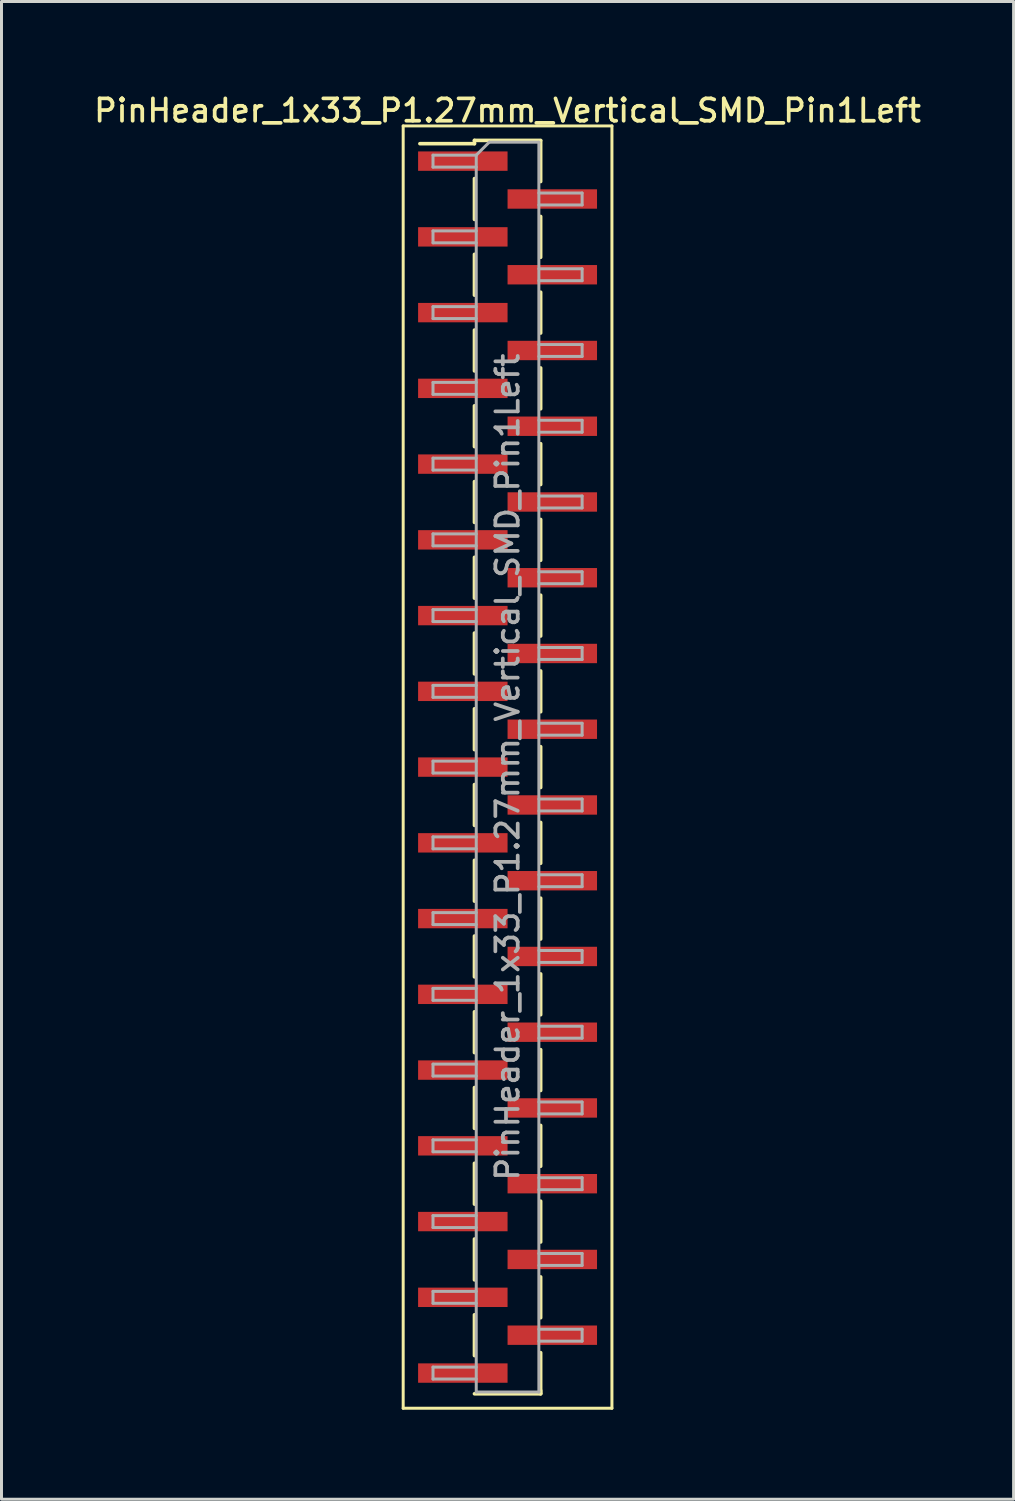
<source format=kicad_pcb>
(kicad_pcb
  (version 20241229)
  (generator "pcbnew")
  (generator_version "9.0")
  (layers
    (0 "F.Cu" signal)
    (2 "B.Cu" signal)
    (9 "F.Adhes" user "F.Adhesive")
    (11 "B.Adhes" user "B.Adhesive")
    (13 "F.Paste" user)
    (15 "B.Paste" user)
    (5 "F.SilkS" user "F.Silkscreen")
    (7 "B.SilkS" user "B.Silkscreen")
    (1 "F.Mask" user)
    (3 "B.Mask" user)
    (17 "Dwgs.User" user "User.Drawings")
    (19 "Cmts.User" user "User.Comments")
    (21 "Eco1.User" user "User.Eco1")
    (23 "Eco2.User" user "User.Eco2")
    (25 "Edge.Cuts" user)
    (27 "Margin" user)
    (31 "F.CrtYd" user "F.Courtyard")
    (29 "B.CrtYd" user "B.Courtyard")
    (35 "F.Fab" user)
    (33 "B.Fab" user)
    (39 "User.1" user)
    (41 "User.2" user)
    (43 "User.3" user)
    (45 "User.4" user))
  (footprint "PinHeader_1x33_P1.27mm_Vertical_SMD_Pin1Left"
    (layer "F.Cu")
    (at 13.97 22.673)
    (property "Reference" "PinHeader_1x33_P1.27mm_Vertical_SMD_Pin1Left" (at 0 -22.015 0) (layer "F.SilkS") (effects (font (size 0.75 0.75) (thickness 0.125))))
    (attr smd)
    (fp_line (start -3.5 -21.5) (end -3.5 21.5) (stroke (width 0.1) (type solid)) (layer "F.SilkS"))
    (fp_line (start -3.5 21.5) (end 3.5 21.5) (stroke (width 0.1) (type solid)) (layer "F.SilkS"))
    (fp_line (start -1.11 -21.015) (end -1.11 -20.905) (stroke (width 0.12) (type solid)) (layer "F.SilkS"))
    (fp_line (start -1.11 -21.015) (end 1.11 -21.015) (stroke (width 0.12) (type solid)) (layer "F.SilkS"))
    (fp_line (start -1.11 -20.905) (end -2.94 -20.905) (stroke (width 0.12) (type solid)) (layer "F.SilkS"))
    (fp_line (start -1.11 -19.735) (end -1.11 -18.365) (stroke (width 0.12) (type solid)) (layer "F.SilkS"))
    (fp_line (start -1.11 -17.195) (end -1.11 -15.825) (stroke (width 0.12) (type solid)) (layer "F.SilkS"))
    (fp_line (start -1.11 -14.655) (end -1.11 -13.285) (stroke (width 0.12) (type solid)) (layer "F.SilkS"))
    (fp_line (start -1.11 -12.115) (end -1.11 -10.745) (stroke (width 0.12) (type solid)) (layer "F.SilkS"))
    (fp_line (start -1.11 -9.575) (end -1.11 -8.205) (stroke (width 0.12) (type solid)) (layer "F.SilkS"))
    (fp_line (start -1.11 -7.035) (end -1.11 -5.665) (stroke (width 0.12) (type solid)) (layer "F.SilkS"))
    (fp_line (start -1.11 -4.495) (end -1.11 -3.125) (stroke (width 0.12) (type solid)) (layer "F.SilkS"))
    (fp_line (start -1.11 -1.955) (end -1.11 -0.585) (stroke (width 0.12) (type solid)) (layer "F.SilkS"))
    (fp_line (start -1.11 0.585) (end -1.11 1.955) (stroke (width 0.12) (type solid)) (layer "F.SilkS"))
    (fp_line (start -1.11 3.125) (end -1.11 4.495) (stroke (width 0.12) (type solid)) (layer "F.SilkS"))
    (fp_line (start -1.11 5.665) (end -1.11 7.035) (stroke (width 0.12) (type solid)) (layer "F.SilkS"))
    (fp_line (start -1.11 8.205) (end -1.11 9.575) (stroke (width 0.12) (type solid)) (layer "F.SilkS"))
    (fp_line (start -1.11 10.745) (end -1.11 12.115) (stroke (width 0.12) (type solid)) (layer "F.SilkS"))
    (fp_line (start -1.11 13.285) (end -1.11 14.655) (stroke (width 0.12) (type solid)) (layer "F.SilkS"))
    (fp_line (start -1.11 15.825) (end -1.11 17.195) (stroke (width 0.12) (type solid)) (layer "F.SilkS"))
    (fp_line (start -1.11 18.365) (end -1.11 19.735) (stroke (width 0.12) (type solid)) (layer "F.SilkS"))
    (fp_line (start -1.11 21.015) (end 1.11 21.015) (stroke (width 0.12) (type solid)) (layer "F.SilkS"))
    (fp_line (start 1.11 -21.005) (end 1.11 -19.635) (stroke (width 0.12) (type solid)) (layer "F.SilkS"))
    (fp_line (start 1.11 -18.465) (end 1.11 -17.095) (stroke (width 0.12) (type solid)) (layer "F.SilkS"))
    (fp_line (start 1.11 -15.925) (end 1.11 -14.555) (stroke (width 0.12) (type solid)) (layer "F.SilkS"))
    (fp_line (start 1.11 -13.385) (end 1.11 -12.015) (stroke (width 0.12) (type solid)) (layer "F.SilkS"))
    (fp_line (start 1.11 -10.845) (end 1.11 -9.475) (stroke (width 0.12) (type solid)) (layer "F.SilkS"))
    (fp_line (start 1.11 -8.305) (end 1.11 -6.935) (stroke (width 0.12) (type solid)) (layer "F.SilkS"))
    (fp_line (start 1.11 -5.765) (end 1.11 -4.395) (stroke (width 0.12) (type solid)) (layer "F.SilkS"))
    (fp_line (start 1.11 -3.225) (end 1.11 -1.855) (stroke (width 0.12) (type solid)) (layer "F.SilkS"))
    (fp_line (start 1.11 -0.685) (end 1.11 0.685) (stroke (width 0.12) (type solid)) (layer "F.SilkS"))
    (fp_line (start 1.11 1.855) (end 1.11 3.225) (stroke (width 0.12) (type solid)) (layer "F.SilkS"))
    (fp_line (start 1.11 4.395) (end 1.11 5.765) (stroke (width 0.12) (type solid)) (layer "F.SilkS"))
    (fp_line (start 1.11 6.935) (end 1.11 8.305) (stroke (width 0.12) (type solid)) (layer "F.SilkS"))
    (fp_line (start 1.11 9.475) (end 1.11 10.845) (stroke (width 0.12) (type solid)) (layer "F.SilkS"))
    (fp_line (start 1.11 12.015) (end 1.11 13.385) (stroke (width 0.12) (type solid)) (layer "F.SilkS"))
    (fp_line (start 1.11 14.555) (end 1.11 15.925) (stroke (width 0.12) (type solid)) (layer "F.SilkS"))
    (fp_line (start 1.11 17.095) (end 1.11 18.465) (stroke (width 0.12) (type solid)) (layer "F.SilkS"))
    (fp_line (start 1.11 19.635) (end 1.11 21.005) (stroke (width 0.12) (type solid)) (layer "F.SilkS"))
    (fp_line (start 1.11 20.905) (end 1.11 21.015) (stroke (width 0.12) (type solid)) (layer "F.SilkS"))
    (fp_line (start 3.5 -21.5) (end -3.5 -21.5) (stroke (width 0.1) (type solid)) (layer "F.SilkS"))
    (fp_line (start 3.5 21.5) (end 3.5 -21.5) (stroke (width 0.1) (type solid)) (layer "F.SilkS"))
    (fp_line (start -2.5 -20.52) (end -2.5 -20.12) (stroke (width 0.1) (type solid)) (layer "F.Fab"))
    (fp_line (start -2.5 -20.12) (end -1.05 -20.12) (stroke (width 0.1) (type solid)) (layer "F.Fab"))
    (fp_line (start -2.5 -17.98) (end -2.5 -17.58) (stroke (width 0.1) (type solid)) (layer "F.Fab"))
    (fp_line (start -2.5 -17.58) (end -1.05 -17.58) (stroke (width 0.1) (type solid)) (layer "F.Fab"))
    (fp_line (start -2.5 -15.44) (end -2.5 -15.04) (stroke (width 0.1) (type solid)) (layer "F.Fab"))
    (fp_line (start -2.5 -15.04) (end -1.05 -15.04) (stroke (width 0.1) (type solid)) (layer "F.Fab"))
    (fp_line (start -2.5 -12.9) (end -2.5 -12.5) (stroke (width 0.1) (type solid)) (layer "F.Fab"))
    (fp_line (start -2.5 -12.5) (end -1.05 -12.5) (stroke (width 0.1) (type solid)) (layer "F.Fab"))
    (fp_line (start -2.5 -10.36) (end -2.5 -9.96) (stroke (width 0.1) (type solid)) (layer "F.Fab"))
    (fp_line (start -2.5 -9.96) (end -1.05 -9.96) (stroke (width 0.1) (type solid)) (layer "F.Fab"))
    (fp_line (start -2.5 -7.82) (end -2.5 -7.42) (stroke (width 0.1) (type solid)) (layer "F.Fab"))
    (fp_line (start -2.5 -7.42) (end -1.05 -7.42) (stroke (width 0.1) (type solid)) (layer "F.Fab"))
    (fp_line (start -2.5 -5.28) (end -2.5 -4.88) (stroke (width 0.1) (type solid)) (layer "F.Fab"))
    (fp_line (start -2.5 -4.88) (end -1.05 -4.88) (stroke (width 0.1) (type solid)) (layer "F.Fab"))
    (fp_line (start -2.5 -2.74) (end -2.5 -2.34) (stroke (width 0.1) (type solid)) (layer "F.Fab"))
    (fp_line (start -2.5 -2.34) (end -1.05 -2.34) (stroke (width 0.1) (type solid)) (layer "F.Fab"))
    (fp_line (start -2.5 -0.2) (end -2.5 0.2) (stroke (width 0.1) (type solid)) (layer "F.Fab"))
    (fp_line (start -2.5 0.2) (end -1.05 0.2) (stroke (width 0.1) (type solid)) (layer "F.Fab"))
    (fp_line (start -2.5 2.34) (end -2.5 2.74) (stroke (width 0.1) (type solid)) (layer "F.Fab"))
    (fp_line (start -2.5 2.74) (end -1.05 2.74) (stroke (width 0.1) (type solid)) (layer "F.Fab"))
    (fp_line (start -2.5 4.88) (end -2.5 5.28) (stroke (width 0.1) (type solid)) (layer "F.Fab"))
    (fp_line (start -2.5 5.28) (end -1.05 5.28) (stroke (width 0.1) (type solid)) (layer "F.Fab"))
    (fp_line (start -2.5 7.42) (end -2.5 7.82) (stroke (width 0.1) (type solid)) (layer "F.Fab"))
    (fp_line (start -2.5 7.82) (end -1.05 7.82) (stroke (width 0.1) (type solid)) (layer "F.Fab"))
    (fp_line (start -2.5 9.96) (end -2.5 10.36) (stroke (width 0.1) (type solid)) (layer "F.Fab"))
    (fp_line (start -2.5 10.36) (end -1.05 10.36) (stroke (width 0.1) (type solid)) (layer "F.Fab"))
    (fp_line (start -2.5 12.5) (end -2.5 12.9) (stroke (width 0.1) (type solid)) (layer "F.Fab"))
    (fp_line (start -2.5 12.9) (end -1.05 12.9) (stroke (width 0.1) (type solid)) (layer "F.Fab"))
    (fp_line (start -2.5 15.04) (end -2.5 15.44) (stroke (width 0.1) (type solid)) (layer "F.Fab"))
    (fp_line (start -2.5 15.44) (end -1.05 15.44) (stroke (width 0.1) (type solid)) (layer "F.Fab"))
    (fp_line (start -2.5 17.58) (end -2.5 17.98) (stroke (width 0.1) (type solid)) (layer "F.Fab"))
    (fp_line (start -2.5 17.98) (end -1.05 17.98) (stroke (width 0.1) (type solid)) (layer "F.Fab"))
    (fp_line (start -2.5 20.12) (end -2.5 20.52) (stroke (width 0.1) (type solid)) (layer "F.Fab"))
    (fp_line (start -2.5 20.52) (end -1.05 20.52) (stroke (width 0.1) (type solid)) (layer "F.Fab"))
    (fp_line (start -1.05 -20.52) (end -2.5 -20.52) (stroke (width 0.1) (type solid)) (layer "F.Fab"))
    (fp_line (start -1.05 -20.52) (end -0.615 -20.955) (stroke (width 0.1) (type solid)) (layer "F.Fab"))
    (fp_line (start -1.05 -17.98) (end -2.5 -17.98) (stroke (width 0.1) (type solid)) (layer "F.Fab"))
    (fp_line (start -1.05 -15.44) (end -2.5 -15.44) (stroke (width 0.1) (type solid)) (layer "F.Fab"))
    (fp_line (start -1.05 -12.9) (end -2.5 -12.9) (stroke (width 0.1) (type solid)) (layer "F.Fab"))
    (fp_line (start -1.05 -10.36) (end -2.5 -10.36) (stroke (width 0.1) (type solid)) (layer "F.Fab"))
    (fp_line (start -1.05 -7.82) (end -2.5 -7.82) (stroke (width 0.1) (type solid)) (layer "F.Fab"))
    (fp_line (start -1.05 -5.28) (end -2.5 -5.28) (stroke (width 0.1) (type solid)) (layer "F.Fab"))
    (fp_line (start -1.05 -2.74) (end -2.5 -2.74) (stroke (width 0.1) (type solid)) (layer "F.Fab"))
    (fp_line (start -1.05 -0.2) (end -2.5 -0.2) (stroke (width 0.1) (type solid)) (layer "F.Fab"))
    (fp_line (start -1.05 2.34) (end -2.5 2.34) (stroke (width 0.1) (type solid)) (layer "F.Fab"))
    (fp_line (start -1.05 4.88) (end -2.5 4.88) (stroke (width 0.1) (type solid)) (layer "F.Fab"))
    (fp_line (start -1.05 7.42) (end -2.5 7.42) (stroke (width 0.1) (type solid)) (layer "F.Fab"))
    (fp_line (start -1.05 9.96) (end -2.5 9.96) (stroke (width 0.1) (type solid)) (layer "F.Fab"))
    (fp_line (start -1.05 12.5) (end -2.5 12.5) (stroke (width 0.1) (type solid)) (layer "F.Fab"))
    (fp_line (start -1.05 15.04) (end -2.5 15.04) (stroke (width 0.1) (type solid)) (layer "F.Fab"))
    (fp_line (start -1.05 17.58) (end -2.5 17.58) (stroke (width 0.1) (type solid)) (layer "F.Fab"))
    (fp_line (start -1.05 20.12) (end -2.5 20.12) (stroke (width 0.1) (type solid)) (layer "F.Fab"))
    (fp_line (start -1.05 20.955) (end -1.05 -20.52) (stroke (width 0.1) (type solid)) (layer "F.Fab"))
    (fp_line (start -0.615 -20.955) (end 1.05 -20.955) (stroke (width 0.1) (type solid)) (layer "F.Fab"))
    (fp_line (start 1.05 -20.955) (end 1.05 20.955) (stroke (width 0.1) (type solid)) (layer "F.Fab"))
    (fp_line (start 1.05 -19.25) (end 2.5 -19.25) (stroke (width 0.1) (type solid)) (layer "F.Fab"))
    (fp_line (start 1.05 -16.71) (end 2.5 -16.71) (stroke (width 0.1) (type solid)) (layer "F.Fab"))
    (fp_line (start 1.05 -14.17) (end 2.5 -14.17) (stroke (width 0.1) (type solid)) (layer "F.Fab"))
    (fp_line (start 1.05 -11.63) (end 2.5 -11.63) (stroke (width 0.1) (type solid)) (layer "F.Fab"))
    (fp_line (start 1.05 -9.09) (end 2.5 -9.09) (stroke (width 0.1) (type solid)) (layer "F.Fab"))
    (fp_line (start 1.05 -6.55) (end 2.5 -6.55) (stroke (width 0.1) (type solid)) (layer "F.Fab"))
    (fp_line (start 1.05 -4.01) (end 2.5 -4.01) (stroke (width 0.1) (type solid)) (layer "F.Fab"))
    (fp_line (start 1.05 -1.47) (end 2.5 -1.47) (stroke (width 0.1) (type solid)) (layer "F.Fab"))
    (fp_line (start 1.05 1.07) (end 2.5 1.07) (stroke (width 0.1) (type solid)) (layer "F.Fab"))
    (fp_line (start 1.05 3.61) (end 2.5 3.61) (stroke (width 0.1) (type solid)) (layer "F.Fab"))
    (fp_line (start 1.05 6.15) (end 2.5 6.15) (stroke (width 0.1) (type solid)) (layer "F.Fab"))
    (fp_line (start 1.05 8.69) (end 2.5 8.69) (stroke (width 0.1) (type solid)) (layer "F.Fab"))
    (fp_line (start 1.05 11.23) (end 2.5 11.23) (stroke (width 0.1) (type solid)) (layer "F.Fab"))
    (fp_line (start 1.05 13.77) (end 2.5 13.77) (stroke (width 0.1) (type solid)) (layer "F.Fab"))
    (fp_line (start 1.05 16.31) (end 2.5 16.31) (stroke (width 0.1) (type solid)) (layer "F.Fab"))
    (fp_line (start 1.05 18.85) (end 2.5 18.85) (stroke (width 0.1) (type solid)) (layer "F.Fab"))
    (fp_line (start 1.05 20.955) (end -1.05 20.955) (stroke (width 0.1) (type solid)) (layer "F.Fab"))
    (fp_line (start 2.5 -19.25) (end 2.5 -18.85) (stroke (width 0.1) (type solid)) (layer "F.Fab"))
    (fp_line (start 2.5 -18.85) (end 1.05 -18.85) (stroke (width 0.1) (type solid)) (layer "F.Fab"))
    (fp_line (start 2.5 -16.71) (end 2.5 -16.31) (stroke (width 0.1) (type solid)) (layer "F.Fab"))
    (fp_line (start 2.5 -16.31) (end 1.05 -16.31) (stroke (width 0.1) (type solid)) (layer "F.Fab"))
    (fp_line (start 2.5 -14.17) (end 2.5 -13.77) (stroke (width 0.1) (type solid)) (layer "F.Fab"))
    (fp_line (start 2.5 -13.77) (end 1.05 -13.77) (stroke (width 0.1) (type solid)) (layer "F.Fab"))
    (fp_line (start 2.5 -11.63) (end 2.5 -11.23) (stroke (width 0.1) (type solid)) (layer "F.Fab"))
    (fp_line (start 2.5 -11.23) (end 1.05 -11.23) (stroke (width 0.1) (type solid)) (layer "F.Fab"))
    (fp_line (start 2.5 -9.09) (end 2.5 -8.69) (stroke (width 0.1) (type solid)) (layer "F.Fab"))
    (fp_line (start 2.5 -8.69) (end 1.05 -8.69) (stroke (width 0.1) (type solid)) (layer "F.Fab"))
    (fp_line (start 2.5 -6.55) (end 2.5 -6.15) (stroke (width 0.1) (type solid)) (layer "F.Fab"))
    (fp_line (start 2.5 -6.15) (end 1.05 -6.15) (stroke (width 0.1) (type solid)) (layer "F.Fab"))
    (fp_line (start 2.5 -4.01) (end 2.5 -3.61) (stroke (width 0.1) (type solid)) (layer "F.Fab"))
    (fp_line (start 2.5 -3.61) (end 1.05 -3.61) (stroke (width 0.1) (type solid)) (layer "F.Fab"))
    (fp_line (start 2.5 -1.47) (end 2.5 -1.07) (stroke (width 0.1) (type solid)) (layer "F.Fab"))
    (fp_line (start 2.5 -1.07) (end 1.05 -1.07) (stroke (width 0.1) (type solid)) (layer "F.Fab"))
    (fp_line (start 2.5 1.07) (end 2.5 1.47) (stroke (width 0.1) (type solid)) (layer "F.Fab"))
    (fp_line (start 2.5 1.47) (end 1.05 1.47) (stroke (width 0.1) (type solid)) (layer "F.Fab"))
    (fp_line (start 2.5 3.61) (end 2.5 4.01) (stroke (width 0.1) (type solid)) (layer "F.Fab"))
    (fp_line (start 2.5 4.01) (end 1.05 4.01) (stroke (width 0.1) (type solid)) (layer "F.Fab"))
    (fp_line (start 2.5 6.15) (end 2.5 6.55) (stroke (width 0.1) (type solid)) (layer "F.Fab"))
    (fp_line (start 2.5 6.55) (end 1.05 6.55) (stroke (width 0.1) (type solid)) (layer "F.Fab"))
    (fp_line (start 2.5 8.69) (end 2.5 9.09) (stroke (width 0.1) (type solid)) (layer "F.Fab"))
    (fp_line (start 2.5 9.09) (end 1.05 9.09) (stroke (width 0.1) (type solid)) (layer "F.Fab"))
    (fp_line (start 2.5 11.23) (end 2.5 11.63) (stroke (width 0.1) (type solid)) (layer "F.Fab"))
    (fp_line (start 2.5 11.63) (end 1.05 11.63) (stroke (width 0.1) (type solid)) (layer "F.Fab"))
    (fp_line (start 2.5 13.77) (end 2.5 14.17) (stroke (width 0.1) (type solid)) (layer "F.Fab"))
    (fp_line (start 2.5 14.17) (end 1.05 14.17) (stroke (width 0.1) (type solid)) (layer "F.Fab"))
    (fp_line (start 2.5 16.31) (end 2.5 16.71) (stroke (width 0.1) (type solid)) (layer "F.Fab"))
    (fp_line (start 2.5 16.71) (end 1.05 16.71) (stroke (width 0.1) (type solid)) (layer "F.Fab"))
    (fp_line (start 2.5 18.85) (end 2.5 19.25) (stroke (width 0.1) (type solid)) (layer "F.Fab"))
    (fp_line (start 2.5 19.25) (end 1.05 19.25) (stroke (width 0.1) (type solid)) (layer "F.Fab"))
    (fp_text user "${REFERENCE}" (at 0 0 90) (layer "F.Fab") (effects (font (size 0.75 0.75) (thickness 0.125))))
    (pad "1" smd rect (at -1.5 -20.32) (size 3 0.65) (layers "F.Cu" "F.Mask" "F.Paste"))
    (pad "2" smd rect (at 1.5 -19.05) (size 3 0.65) (layers "F.Cu" "F.Mask" "F.Paste"))
    (pad "3" smd rect (at -1.5 -17.78) (size 3 0.65) (layers "F.Cu" "F.Mask" "F.Paste"))
    (pad "4" smd rect (at 1.5 -16.51) (size 3 0.65) (layers "F.Cu" "F.Mask" "F.Paste"))
    (pad "5" smd rect (at -1.5 -15.24) (size 3 0.65) (layers "F.Cu" "F.Mask" "F.Paste"))
    (pad "6" smd rect (at 1.5 -13.97) (size 3 0.65) (layers "F.Cu" "F.Mask" "F.Paste"))
    (pad "7" smd rect (at -1.5 -12.7) (size 3 0.65) (layers "F.Cu" "F.Mask" "F.Paste"))
    (pad "8" smd rect (at 1.5 -11.43) (size 3 0.65) (layers "F.Cu" "F.Mask" "F.Paste"))
    (pad "9" smd rect (at -1.5 -10.16) (size 3 0.65) (layers "F.Cu" "F.Mask" "F.Paste"))
    (pad "10" smd rect (at 1.5 -8.89) (size 3 0.65) (layers "F.Cu" "F.Mask" "F.Paste"))
    (pad "11" smd rect (at -1.5 -7.62) (size 3 0.65) (layers "F.Cu" "F.Mask" "F.Paste"))
    (pad "12" smd rect (at 1.5 -6.35) (size 3 0.65) (layers "F.Cu" "F.Mask" "F.Paste"))
    (pad "13" smd rect (at -1.5 -5.08) (size 3 0.65) (layers "F.Cu" "F.Mask" "F.Paste"))
    (pad "14" smd rect (at 1.5 -3.81) (size 3 0.65) (layers "F.Cu" "F.Mask" "F.Paste"))
    (pad "15" smd rect (at -1.5 -2.54) (size 3 0.65) (layers "F.Cu" "F.Mask" "F.Paste"))
    (pad "16" smd rect (at 1.5 -1.27) (size 3 0.65) (layers "F.Cu" "F.Mask" "F.Paste"))
    (pad "17" smd rect (at -1.5 0) (size 3 0.65) (layers "F.Cu" "F.Mask" "F.Paste"))
    (pad "18" smd rect (at 1.5 1.27) (size 3 0.65) (layers "F.Cu" "F.Mask" "F.Paste"))
    (pad "19" smd rect (at -1.5 2.54) (size 3 0.65) (layers "F.Cu" "F.Mask" "F.Paste"))
    (pad "20" smd rect (at 1.5 3.81) (size 3 0.65) (layers "F.Cu" "F.Mask" "F.Paste"))
    (pad "21" smd rect (at -1.5 5.08) (size 3 0.65) (layers "F.Cu" "F.Mask" "F.Paste"))
    (pad "22" smd rect (at 1.5 6.35) (size 3 0.65) (layers "F.Cu" "F.Mask" "F.Paste"))
    (pad "23" smd rect (at -1.5 7.62) (size 3 0.65) (layers "F.Cu" "F.Mask" "F.Paste"))
    (pad "24" smd rect (at 1.5 8.89) (size 3 0.65) (layers "F.Cu" "F.Mask" "F.Paste"))
    (pad "25" smd rect (at -1.5 10.16) (size 3 0.65) (layers "F.Cu" "F.Mask" "F.Paste"))
    (pad "26" smd rect (at 1.5 11.43) (size 3 0.65) (layers "F.Cu" "F.Mask" "F.Paste"))
    (pad "27" smd rect (at -1.5 12.7) (size 3 0.65) (layers "F.Cu" "F.Mask" "F.Paste"))
    (pad "28" smd rect (at 1.5 13.97) (size 3 0.65) (layers "F.Cu" "F.Mask" "F.Paste"))
    (pad "29" smd rect (at -1.5 15.24) (size 3 0.65) (layers "F.Cu" "F.Mask" "F.Paste"))
    (pad "30" smd rect (at 1.5 16.51) (size 3 0.65) (layers "F.Cu" "F.Mask" "F.Paste"))
    (pad "31" smd rect (at -1.5 17.78) (size 3 0.65) (layers "F.Cu" "F.Mask" "F.Paste"))
    (pad "32" smd rect (at 1.5 19.05) (size 3 0.65) (layers "F.Cu" "F.Mask" "F.Paste"))
    (pad "33" smd rect (at -1.5 20.32) (size 3 0.65) (layers "F.Cu" "F.Mask" "F.Paste")))
  (gr_rect
    (start -3 -3)
    (end 30.939 47.223)
    (stroke (width 0.1) (type default))
    (fill no)
    (layer "Edge.Cuts")))
</source>
